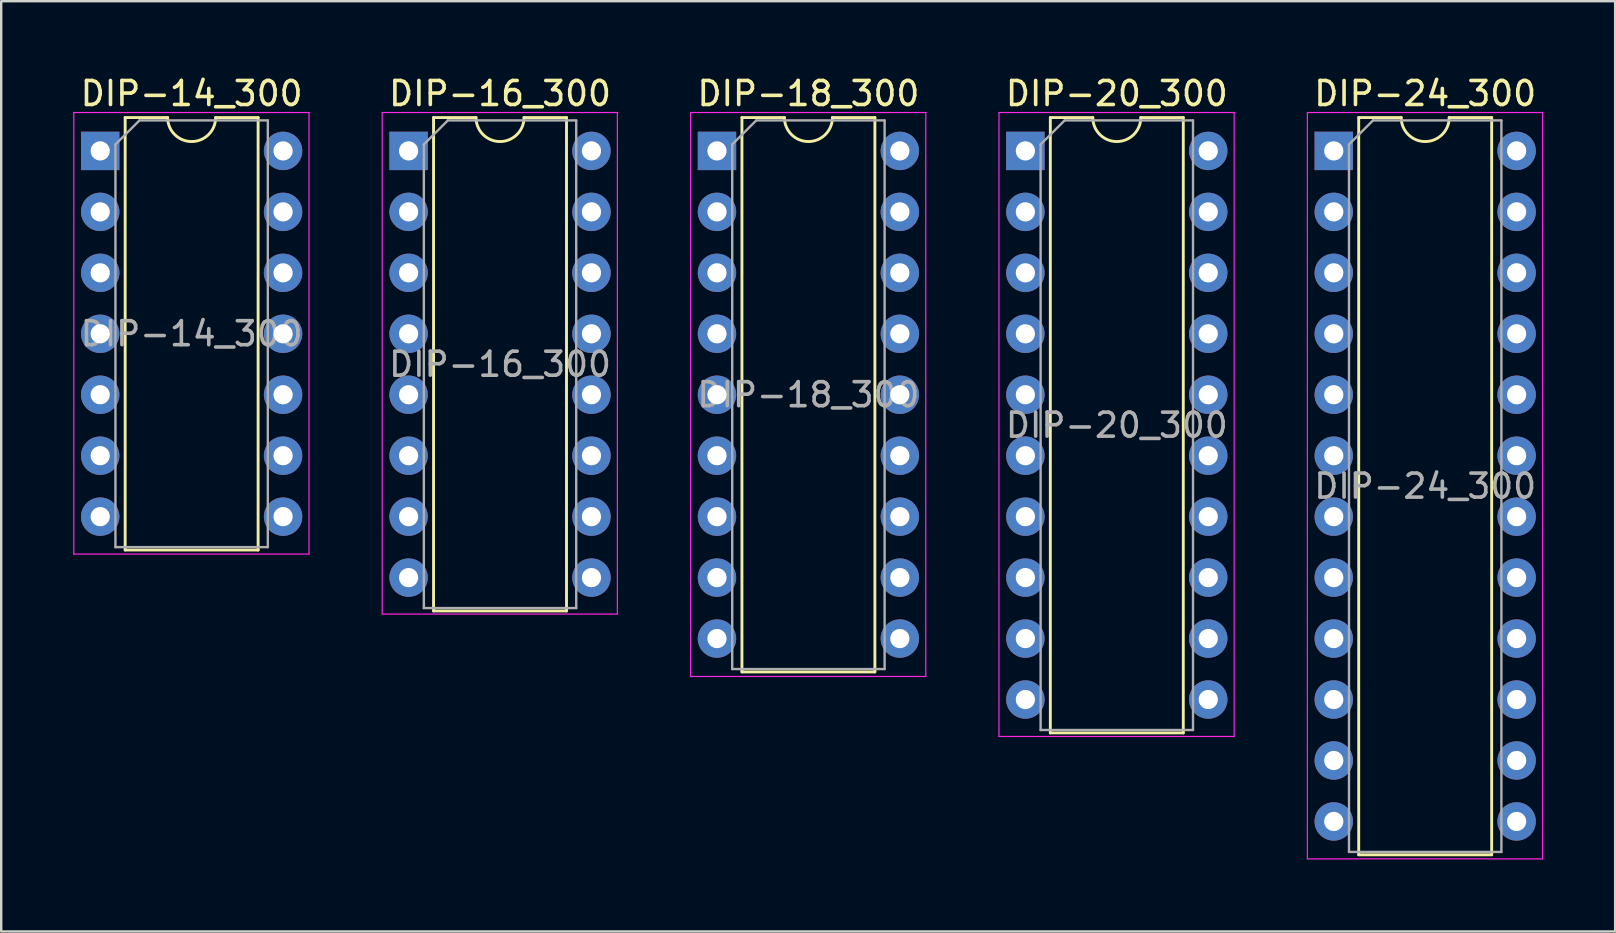
<source format=kicad_pcb>
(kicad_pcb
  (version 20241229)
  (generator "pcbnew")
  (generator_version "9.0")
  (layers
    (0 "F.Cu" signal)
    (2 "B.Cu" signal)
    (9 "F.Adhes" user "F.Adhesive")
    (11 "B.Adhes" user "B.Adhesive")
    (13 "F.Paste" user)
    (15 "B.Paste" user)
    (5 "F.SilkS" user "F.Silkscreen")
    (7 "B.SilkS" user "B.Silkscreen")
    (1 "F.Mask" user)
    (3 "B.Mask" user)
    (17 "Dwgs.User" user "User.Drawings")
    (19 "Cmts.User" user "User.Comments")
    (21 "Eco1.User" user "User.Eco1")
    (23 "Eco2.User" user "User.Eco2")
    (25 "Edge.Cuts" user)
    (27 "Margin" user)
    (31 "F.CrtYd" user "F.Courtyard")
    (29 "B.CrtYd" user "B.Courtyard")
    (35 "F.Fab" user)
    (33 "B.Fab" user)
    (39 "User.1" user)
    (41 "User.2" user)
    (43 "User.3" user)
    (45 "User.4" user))
  (footprint "DIP-16_300"
    (layer "F.Cu")
    (at 13.975 3.238)
    (property "Reference" "DIP-16_300" (at 3.81 -2.39 0) (layer "F.SilkS") (effects (font (size 1 1) (thickness 0.15))))
    (attr through_hole)
    (fp_line (start 1.04 -1.39) (end 1.04 19.17) (stroke (width 0.12) (type solid)) (layer "F.SilkS"))
    (fp_line (start 1.04 19.17) (end 6.58 19.17) (stroke (width 0.12) (type solid)) (layer "F.SilkS"))
    (fp_line (start 2.81 -1.39) (end 1.04 -1.39) (stroke (width 0.12) (type solid)) (layer "F.SilkS"))
    (fp_line (start 6.58 -1.39) (end 4.81 -1.39) (stroke (width 0.12) (type solid)) (layer "F.SilkS"))
    (fp_line (start 6.58 19.17) (end 6.58 -1.39) (stroke (width 0.12) (type solid)) (layer "F.SilkS"))
    (fp_arc (start 4.81 -1.39) (mid 3.81 -0.39) (end 2.81 -1.39) (stroke (width 0.12) (type solid)) (layer "F.SilkS"))
    (fp_line (start -1.1 -1.6) (end -1.1 19.3) (stroke (width 0.05) (type solid)) (layer "F.CrtYd"))
    (fp_line (start -1.1 19.3) (end 8.7 19.3) (stroke (width 0.05) (type solid)) (layer "F.CrtYd"))
    (fp_line (start 8.7 -1.6) (end -1.1 -1.6) (stroke (width 0.05) (type solid)) (layer "F.CrtYd"))
    (fp_line (start 8.7 19.3) (end 8.7 -1.6) (stroke (width 0.05) (type solid)) (layer "F.CrtYd"))
    (fp_line (start 0.635 -0.27) (end 1.635 -1.27) (stroke (width 0.1) (type solid)) (layer "F.Fab"))
    (fp_line (start 0.635 19.05) (end 0.635 -0.27) (stroke (width 0.1) (type solid)) (layer "F.Fab"))
    (fp_line (start 1.635 -1.27) (end 6.985 -1.27) (stroke (width 0.1) (type solid)) (layer "F.Fab"))
    (fp_line (start 6.985 -1.27) (end 6.985 19.05) (stroke (width 0.1) (type solid)) (layer "F.Fab"))
    (fp_line (start 6.985 19.05) (end 0.635 19.05) (stroke (width 0.1) (type solid)) (layer "F.Fab"))
    (fp_text user "${REFERENCE}" (at 3.81 8.89 0) (layer "F.Fab") (effects (font (size 1 1) (thickness 0.15))))
    (pad "1" thru_hole rect (at 0 0) (size 1.6 1.6) (drill 0.8) (layers "*.Cu" "*.Mask"))
    (pad "2" thru_hole oval (at 0 2.54) (size 1.6 1.6) (drill 0.8) (layers "*.Cu" "*.Mask"))
    (pad "3" thru_hole oval (at 0 5.08) (size 1.6 1.6) (drill 0.8) (layers "*.Cu" "*.Mask"))
    (pad "4" thru_hole oval (at 0 7.62) (size 1.6 1.6) (drill 0.8) (layers "*.Cu" "*.Mask"))
    (pad "5" thru_hole oval (at 0 10.16) (size 1.6 1.6) (drill 0.8) (layers "*.Cu" "*.Mask"))
    (pad "6" thru_hole oval (at 0 12.7) (size 1.6 1.6) (drill 0.8) (layers "*.Cu" "*.Mask"))
    (pad "7" thru_hole oval (at 0 15.24) (size 1.6 1.6) (drill 0.8) (layers "*.Cu" "*.Mask"))
    (pad "8" thru_hole oval (at 0 17.78) (size 1.6 1.6) (drill 0.8) (layers "*.Cu" "*.Mask"))
    (pad "9" thru_hole oval (at 7.62 17.78) (size 1.6 1.6) (drill 0.8) (layers "*.Cu" "*.Mask"))
    (pad "10" thru_hole oval (at 7.62 15.24) (size 1.6 1.6) (drill 0.8) (layers "*.Cu" "*.Mask"))
    (pad "11" thru_hole oval (at 7.62 12.7) (size 1.6 1.6) (drill 0.8) (layers "*.Cu" "*.Mask"))
    (pad "12" thru_hole oval (at 7.62 10.16) (size 1.6 1.6) (drill 0.8) (layers "*.Cu" "*.Mask"))
    (pad "13" thru_hole oval (at 7.62 7.62) (size 1.6 1.6) (drill 0.8) (layers "*.Cu" "*.Mask"))
    (pad "14" thru_hole oval (at 7.62 5.08) (size 1.6 1.6) (drill 0.8) (layers "*.Cu" "*.Mask"))
    (pad "15" thru_hole oval (at 7.62 2.54) (size 1.6 1.6) (drill 0.8) (layers "*.Cu" "*.Mask"))
    (pad "16" thru_hole oval (at 7.62 0) (size 1.6 1.6) (drill 0.8) (layers "*.Cu" "*.Mask")))
  (footprint "DIP-14_300"
    (layer "F.Cu")
    (at 1.125 3.238)
    (property "Reference" "DIP-14_300" (at 3.81 -2.39 0) (layer "F.SilkS") (effects (font (size 1 1) (thickness 0.15))))
    (attr through_hole)
    (fp_line (start 1.04 -1.39) (end 1.04 16.63) (stroke (width 0.12) (type solid)) (layer "F.SilkS"))
    (fp_line (start 1.04 16.63) (end 6.58 16.63) (stroke (width 0.12) (type solid)) (layer "F.SilkS"))
    (fp_line (start 2.81 -1.39) (end 1.04 -1.39) (stroke (width 0.12) (type solid)) (layer "F.SilkS"))
    (fp_line (start 6.58 -1.39) (end 4.81 -1.39) (stroke (width 0.12) (type solid)) (layer "F.SilkS"))
    (fp_line (start 6.58 16.63) (end 6.58 -1.39) (stroke (width 0.12) (type solid)) (layer "F.SilkS"))
    (fp_arc (start 4.81 -1.39) (mid 3.81 -0.39) (end 2.81 -1.39) (stroke (width 0.12) (type solid)) (layer "F.SilkS"))
    (fp_line (start -1.1 -1.6) (end -1.1 16.8) (stroke (width 0.05) (type solid)) (layer "F.CrtYd"))
    (fp_line (start -1.1 16.8) (end 8.7 16.8) (stroke (width 0.05) (type solid)) (layer "F.CrtYd"))
    (fp_line (start 8.7 -1.6) (end -1.1 -1.6) (stroke (width 0.05) (type solid)) (layer "F.CrtYd"))
    (fp_line (start 8.7 16.8) (end 8.7 -1.6) (stroke (width 0.05) (type solid)) (layer "F.CrtYd"))
    (fp_line (start 0.635 -0.27) (end 1.635 -1.27) (stroke (width 0.1) (type solid)) (layer "F.Fab"))
    (fp_line (start 0.635 16.51) (end 0.635 -0.27) (stroke (width 0.1) (type solid)) (layer "F.Fab"))
    (fp_line (start 1.635 -1.27) (end 6.985 -1.27) (stroke (width 0.1) (type solid)) (layer "F.Fab"))
    (fp_line (start 6.985 -1.27) (end 6.985 16.51) (stroke (width 0.1) (type solid)) (layer "F.Fab"))
    (fp_line (start 6.985 16.51) (end 0.635 16.51) (stroke (width 0.1) (type solid)) (layer "F.Fab"))
    (fp_text user "${REFERENCE}" (at 3.81 7.62 0) (layer "F.Fab") (effects (font (size 1 1) (thickness 0.15))))
    (pad "1" thru_hole rect (at 0 0) (size 1.6 1.6) (drill 0.8) (layers "*.Cu" "*.Mask"))
    (pad "2" thru_hole oval (at 0 2.54) (size 1.6 1.6) (drill 0.8) (layers "*.Cu" "*.Mask"))
    (pad "3" thru_hole oval (at 0 5.08) (size 1.6 1.6) (drill 0.8) (layers "*.Cu" "*.Mask"))
    (pad "4" thru_hole oval (at 0 7.62) (size 1.6 1.6) (drill 0.8) (layers "*.Cu" "*.Mask"))
    (pad "5" thru_hole oval (at 0 10.16) (size 1.6 1.6) (drill 0.8) (layers "*.Cu" "*.Mask"))
    (pad "6" thru_hole oval (at 0 12.7) (size 1.6 1.6) (drill 0.8) (layers "*.Cu" "*.Mask"))
    (pad "7" thru_hole oval (at 0 15.24) (size 1.6 1.6) (drill 0.8) (layers "*.Cu" "*.Mask"))
    (pad "8" thru_hole oval (at 7.62 15.24) (size 1.6 1.6) (drill 0.8) (layers "*.Cu" "*.Mask"))
    (pad "9" thru_hole oval (at 7.62 12.7) (size 1.6 1.6) (drill 0.8) (layers "*.Cu" "*.Mask"))
    (pad "10" thru_hole oval (at 7.62 10.16) (size 1.6 1.6) (drill 0.8) (layers "*.Cu" "*.Mask"))
    (pad "11" thru_hole oval (at 7.62 7.62) (size 1.6 1.6) (drill 0.8) (layers "*.Cu" "*.Mask"))
    (pad "12" thru_hole oval (at 7.62 5.08) (size 1.6 1.6) (drill 0.8) (layers "*.Cu" "*.Mask"))
    (pad "13" thru_hole oval (at 7.62 2.54) (size 1.6 1.6) (drill 0.8) (layers "*.Cu" "*.Mask"))
    (pad "14" thru_hole oval (at 7.62 0) (size 1.6 1.6) (drill 0.8) (layers "*.Cu" "*.Mask")))
  (footprint "DIP-24_300"
    (layer "F.Cu")
    (at 52.525 3.238)
    (property "Reference" "DIP-24_300" (at 3.81 -2.39 0) (layer "F.SilkS") (effects (font (size 1 1) (thickness 0.15))))
    (attr through_hole)
    (fp_line (start 1.04 -1.39) (end 1.04 29.33) (stroke (width 0.12) (type solid)) (layer "F.SilkS"))
    (fp_line (start 1.04 29.33) (end 6.58 29.33) (stroke (width 0.12) (type solid)) (layer "F.SilkS"))
    (fp_line (start 2.81 -1.39) (end 1.04 -1.39) (stroke (width 0.12) (type solid)) (layer "F.SilkS"))
    (fp_line (start 6.58 -1.39) (end 4.81 -1.39) (stroke (width 0.12) (type solid)) (layer "F.SilkS"))
    (fp_line (start 6.58 29.33) (end 6.58 -1.39) (stroke (width 0.12) (type solid)) (layer "F.SilkS"))
    (fp_arc (start 4.81 -1.39) (mid 3.81 -0.39) (end 2.81 -1.39) (stroke (width 0.12) (type solid)) (layer "F.SilkS"))
    (fp_line (start -1.1 -1.6) (end -1.1 29.5) (stroke (width 0.05) (type solid)) (layer "F.CrtYd"))
    (fp_line (start -1.1 29.5) (end 8.7 29.5) (stroke (width 0.05) (type solid)) (layer "F.CrtYd"))
    (fp_line (start 8.7 -1.6) (end -1.1 -1.6) (stroke (width 0.05) (type solid)) (layer "F.CrtYd"))
    (fp_line (start 8.7 29.5) (end 8.7 -1.6) (stroke (width 0.05) (type solid)) (layer "F.CrtYd"))
    (fp_line (start 0.635 -0.27) (end 1.635 -1.27) (stroke (width 0.1) (type solid)) (layer "F.Fab"))
    (fp_line (start 0.635 29.21) (end 0.635 -0.27) (stroke (width 0.1) (type solid)) (layer "F.Fab"))
    (fp_line (start 1.635 -1.27) (end 6.985 -1.27) (stroke (width 0.1) (type solid)) (layer "F.Fab"))
    (fp_line (start 6.985 -1.27) (end 6.985 29.21) (stroke (width 0.1) (type solid)) (layer "F.Fab"))
    (fp_line (start 6.985 29.21) (end 0.635 29.21) (stroke (width 0.1) (type solid)) (layer "F.Fab"))
    (fp_text user "${REFERENCE}" (at 3.81 13.97 0) (layer "F.Fab") (effects (font (size 1 1) (thickness 0.15))))
    (pad "1" thru_hole rect (at 0 0) (size 1.6 1.6) (drill 0.8) (layers "*.Cu" "*.Mask"))
    (pad "2" thru_hole oval (at 0 2.54) (size 1.6 1.6) (drill 0.8) (layers "*.Cu" "*.Mask"))
    (pad "3" thru_hole oval (at 0 5.08) (size 1.6 1.6) (drill 0.8) (layers "*.Cu" "*.Mask"))
    (pad "4" thru_hole oval (at 0 7.62) (size 1.6 1.6) (drill 0.8) (layers "*.Cu" "*.Mask"))
    (pad "5" thru_hole oval (at 0 10.16) (size 1.6 1.6) (drill 0.8) (layers "*.Cu" "*.Mask"))
    (pad "6" thru_hole oval (at 0 12.7) (size 1.6 1.6) (drill 0.8) (layers "*.Cu" "*.Mask"))
    (pad "7" thru_hole oval (at 0 15.24) (size 1.6 1.6) (drill 0.8) (layers "*.Cu" "*.Mask"))
    (pad "8" thru_hole oval (at 0 17.78) (size 1.6 1.6) (drill 0.8) (layers "*.Cu" "*.Mask"))
    (pad "9" thru_hole oval (at 0 20.32) (size 1.6 1.6) (drill 0.8) (layers "*.Cu" "*.Mask"))
    (pad "10" thru_hole oval (at 0 22.86) (size 1.6 1.6) (drill 0.8) (layers "*.Cu" "*.Mask"))
    (pad "11" thru_hole oval (at 0 25.4) (size 1.6 1.6) (drill 0.8) (layers "*.Cu" "*.Mask"))
    (pad "12" thru_hole oval (at 0 27.94) (size 1.6 1.6) (drill 0.8) (layers "*.Cu" "*.Mask"))
    (pad "13" thru_hole oval (at 7.62 27.94) (size 1.6 1.6) (drill 0.8) (layers "*.Cu" "*.Mask"))
    (pad "14" thru_hole oval (at 7.62 25.4) (size 1.6 1.6) (drill 0.8) (layers "*.Cu" "*.Mask"))
    (pad "15" thru_hole oval (at 7.62 22.86) (size 1.6 1.6) (drill 0.8) (layers "*.Cu" "*.Mask"))
    (pad "16" thru_hole oval (at 7.62 20.32) (size 1.6 1.6) (drill 0.8) (layers "*.Cu" "*.Mask"))
    (pad "17" thru_hole oval (at 7.62 17.78) (size 1.6 1.6) (drill 0.8) (layers "*.Cu" "*.Mask"))
    (pad "18" thru_hole oval (at 7.62 15.24) (size 1.6 1.6) (drill 0.8) (layers "*.Cu" "*.Mask"))
    (pad "19" thru_hole oval (at 7.62 12.7) (size 1.6 1.6) (drill 0.8) (layers "*.Cu" "*.Mask"))
    (pad "20" thru_hole oval (at 7.62 10.16) (size 1.6 1.6) (drill 0.8) (layers "*.Cu" "*.Mask"))
    (pad "21" thru_hole oval (at 7.62 7.62) (size 1.6 1.6) (drill 0.8) (layers "*.Cu" "*.Mask"))
    (pad "22" thru_hole oval (at 7.62 5.08) (size 1.6 1.6) (drill 0.8) (layers "*.Cu" "*.Mask"))
    (pad "23" thru_hole oval (at 7.62 2.54) (size 1.6 1.6) (drill 0.8) (layers "*.Cu" "*.Mask"))
    (pad "24" thru_hole oval (at 7.62 0) (size 1.6 1.6) (drill 0.8) (layers "*.Cu" "*.Mask")))
  (footprint "DIP-20_300"
    (layer "F.Cu")
    (at 39.675 3.238)
    (property "Reference" "DIP-20_300" (at 3.81 -2.39 0) (layer "F.SilkS") (effects (font (size 1 1) (thickness 0.15))))
    (attr through_hole)
    (fp_line (start 1.04 -1.39) (end 1.04 24.25) (stroke (width 0.12) (type solid)) (layer "F.SilkS"))
    (fp_line (start 1.04 24.25) (end 6.58 24.25) (stroke (width 0.12) (type solid)) (layer "F.SilkS"))
    (fp_line (start 2.81 -1.39) (end 1.04 -1.39) (stroke (width 0.12) (type solid)) (layer "F.SilkS"))
    (fp_line (start 6.58 -1.39) (end 4.81 -1.39) (stroke (width 0.12) (type solid)) (layer "F.SilkS"))
    (fp_line (start 6.58 24.25) (end 6.58 -1.39) (stroke (width 0.12) (type solid)) (layer "F.SilkS"))
    (fp_arc (start 4.81 -1.39) (mid 3.81 -0.39) (end 2.81 -1.39) (stroke (width 0.12) (type solid)) (layer "F.SilkS"))
    (fp_line (start -1.1 -1.6) (end -1.1 24.4) (stroke (width 0.05) (type solid)) (layer "F.CrtYd"))
    (fp_line (start -1.1 24.4) (end 8.7 24.4) (stroke (width 0.05) (type solid)) (layer "F.CrtYd"))
    (fp_line (start 8.7 -1.6) (end -1.1 -1.6) (stroke (width 0.05) (type solid)) (layer "F.CrtYd"))
    (fp_line (start 8.7 24.4) (end 8.7 -1.6) (stroke (width 0.05) (type solid)) (layer "F.CrtYd"))
    (fp_line (start 0.635 -0.27) (end 1.635 -1.27) (stroke (width 0.1) (type solid)) (layer "F.Fab"))
    (fp_line (start 0.635 24.13) (end 0.635 -0.27) (stroke (width 0.1) (type solid)) (layer "F.Fab"))
    (fp_line (start 1.635 -1.27) (end 6.985 -1.27) (stroke (width 0.1) (type solid)) (layer "F.Fab"))
    (fp_line (start 6.985 -1.27) (end 6.985 24.13) (stroke (width 0.1) (type solid)) (layer "F.Fab"))
    (fp_line (start 6.985 24.13) (end 0.635 24.13) (stroke (width 0.1) (type solid)) (layer "F.Fab"))
    (fp_text user "${REFERENCE}" (at 3.81 11.43 0) (layer "F.Fab") (effects (font (size 1 1) (thickness 0.15))))
    (pad "1" thru_hole rect (at 0 0) (size 1.6 1.6) (drill 0.8) (layers "*.Cu" "*.Mask"))
    (pad "2" thru_hole oval (at 0 2.54) (size 1.6 1.6) (drill 0.8) (layers "*.Cu" "*.Mask"))
    (pad "3" thru_hole oval (at 0 5.08) (size 1.6 1.6) (drill 0.8) (layers "*.Cu" "*.Mask"))
    (pad "4" thru_hole oval (at 0 7.62) (size 1.6 1.6) (drill 0.8) (layers "*.Cu" "*.Mask"))
    (pad "5" thru_hole oval (at 0 10.16) (size 1.6 1.6) (drill 0.8) (layers "*.Cu" "*.Mask"))
    (pad "6" thru_hole oval (at 0 12.7) (size 1.6 1.6) (drill 0.8) (layers "*.Cu" "*.Mask"))
    (pad "7" thru_hole oval (at 0 15.24) (size 1.6 1.6) (drill 0.8) (layers "*.Cu" "*.Mask"))
    (pad "8" thru_hole oval (at 0 17.78) (size 1.6 1.6) (drill 0.8) (layers "*.Cu" "*.Mask"))
    (pad "9" thru_hole oval (at 0 20.32) (size 1.6 1.6) (drill 0.8) (layers "*.Cu" "*.Mask"))
    (pad "10" thru_hole oval (at 0 22.86) (size 1.6 1.6) (drill 0.8) (layers "*.Cu" "*.Mask"))
    (pad "11" thru_hole oval (at 7.62 22.86) (size 1.6 1.6) (drill 0.8) (layers "*.Cu" "*.Mask"))
    (pad "12" thru_hole oval (at 7.62 20.32) (size 1.6 1.6) (drill 0.8) (layers "*.Cu" "*.Mask"))
    (pad "13" thru_hole oval (at 7.62 17.78) (size 1.6 1.6) (drill 0.8) (layers "*.Cu" "*.Mask"))
    (pad "14" thru_hole oval (at 7.62 15.24) (size 1.6 1.6) (drill 0.8) (layers "*.Cu" "*.Mask"))
    (pad "15" thru_hole oval (at 7.62 12.7) (size 1.6 1.6) (drill 0.8) (layers "*.Cu" "*.Mask"))
    (pad "16" thru_hole oval (at 7.62 10.16) (size 1.6 1.6) (drill 0.8) (layers "*.Cu" "*.Mask"))
    (pad "17" thru_hole oval (at 7.62 7.62) (size 1.6 1.6) (drill 0.8) (layers "*.Cu" "*.Mask"))
    (pad "18" thru_hole oval (at 7.62 5.08) (size 1.6 1.6) (drill 0.8) (layers "*.Cu" "*.Mask"))
    (pad "19" thru_hole oval (at 7.62 2.54) (size 1.6 1.6) (drill 0.8) (layers "*.Cu" "*.Mask"))
    (pad "20" thru_hole oval (at 7.62 0) (size 1.6 1.6) (drill 0.8) (layers "*.Cu" "*.Mask")))
  (footprint "DIP-18_300"
    (layer "F.Cu")
    (at 26.825 3.238)
    (property "Reference" "DIP-18_300" (at 3.81 -2.39 0) (layer "F.SilkS") (effects (font (size 1 1) (thickness 0.15))))
    (attr through_hole)
    (fp_line (start 1.04 -1.39) (end 1.04 21.71) (stroke (width 0.12) (type solid)) (layer "F.SilkS"))
    (fp_line (start 1.04 21.71) (end 6.58 21.71) (stroke (width 0.12) (type solid)) (layer "F.SilkS"))
    (fp_line (start 2.81 -1.39) (end 1.04 -1.39) (stroke (width 0.12) (type solid)) (layer "F.SilkS"))
    (fp_line (start 6.58 -1.39) (end 4.81 -1.39) (stroke (width 0.12) (type solid)) (layer "F.SilkS"))
    (fp_line (start 6.58 21.71) (end 6.58 -1.39) (stroke (width 0.12) (type solid)) (layer "F.SilkS"))
    (fp_arc (start 4.81 -1.39) (mid 3.81 -0.39) (end 2.81 -1.39) (stroke (width 0.12) (type solid)) (layer "F.SilkS"))
    (fp_line (start -1.1 -1.6) (end -1.1 21.9) (stroke (width 0.05) (type solid)) (layer "F.CrtYd"))
    (fp_line (start -1.1 21.9) (end 8.7 21.9) (stroke (width 0.05) (type solid)) (layer "F.CrtYd"))
    (fp_line (start 8.7 -1.6) (end -1.1 -1.6) (stroke (width 0.05) (type solid)) (layer "F.CrtYd"))
    (fp_line (start 8.7 21.9) (end 8.7 -1.6) (stroke (width 0.05) (type solid)) (layer "F.CrtYd"))
    (fp_line (start 0.635 -0.27) (end 1.635 -1.27) (stroke (width 0.1) (type solid)) (layer "F.Fab"))
    (fp_line (start 0.635 21.59) (end 0.635 -0.27) (stroke (width 0.1) (type solid)) (layer "F.Fab"))
    (fp_line (start 1.635 -1.27) (end 6.985 -1.27) (stroke (width 0.1) (type solid)) (layer "F.Fab"))
    (fp_line (start 6.985 -1.27) (end 6.985 21.59) (stroke (width 0.1) (type solid)) (layer "F.Fab"))
    (fp_line (start 6.985 21.59) (end 0.635 21.59) (stroke (width 0.1) (type solid)) (layer "F.Fab"))
    (fp_text user "${REFERENCE}" (at 3.81 10.16 0) (layer "F.Fab") (effects (font (size 1 1) (thickness 0.15))))
    (pad "1" thru_hole rect (at 0 0) (size 1.6 1.6) (drill 0.8) (layers "*.Cu" "*.Mask"))
    (pad "2" thru_hole oval (at 0 2.54) (size 1.6 1.6) (drill 0.8) (layers "*.Cu" "*.Mask"))
    (pad "3" thru_hole oval (at 0 5.08) (size 1.6 1.6) (drill 0.8) (layers "*.Cu" "*.Mask"))
    (pad "4" thru_hole oval (at 0 7.62) (size 1.6 1.6) (drill 0.8) (layers "*.Cu" "*.Mask"))
    (pad "5" thru_hole oval (at 0 10.16) (size 1.6 1.6) (drill 0.8) (layers "*.Cu" "*.Mask"))
    (pad "6" thru_hole oval (at 0 12.7) (size 1.6 1.6) (drill 0.8) (layers "*.Cu" "*.Mask"))
    (pad "7" thru_hole oval (at 0 15.24) (size 1.6 1.6) (drill 0.8) (layers "*.Cu" "*.Mask"))
    (pad "8" thru_hole oval (at 0 17.78) (size 1.6 1.6) (drill 0.8) (layers "*.Cu" "*.Mask"))
    (pad "9" thru_hole oval (at 0 20.32) (size 1.6 1.6) (drill 0.8) (layers "*.Cu" "*.Mask"))
    (pad "10" thru_hole oval (at 7.62 20.32) (size 1.6 1.6) (drill 0.8) (layers "*.Cu" "*.Mask"))
    (pad "11" thru_hole oval (at 7.62 17.78) (size 1.6 1.6) (drill 0.8) (layers "*.Cu" "*.Mask"))
    (pad "12" thru_hole oval (at 7.62 15.24) (size 1.6 1.6) (drill 0.8) (layers "*.Cu" "*.Mask"))
    (pad "13" thru_hole oval (at 7.62 12.7) (size 1.6 1.6) (drill 0.8) (layers "*.Cu" "*.Mask"))
    (pad "14" thru_hole oval (at 7.62 10.16) (size 1.6 1.6) (drill 0.8) (layers "*.Cu" "*.Mask"))
    (pad "15" thru_hole oval (at 7.62 7.62) (size 1.6 1.6) (drill 0.8) (layers "*.Cu" "*.Mask"))
    (pad "16" thru_hole oval (at 7.62 5.08) (size 1.6 1.6) (drill 0.8) (layers "*.Cu" "*.Mask"))
    (pad "17" thru_hole oval (at 7.62 2.54) (size 1.6 1.6) (drill 0.8) (layers "*.Cu" "*.Mask"))
    (pad "18" thru_hole oval (at 7.62 0) (size 1.6 1.6) (drill 0.8) (layers "*.Cu" "*.Mask")))
  (gr_rect
    (start -3 -3)
    (end 64.25 35.763)
    (stroke (width 0.1) (type default))
    (fill no)
    (layer "Edge.Cuts")))
</source>
